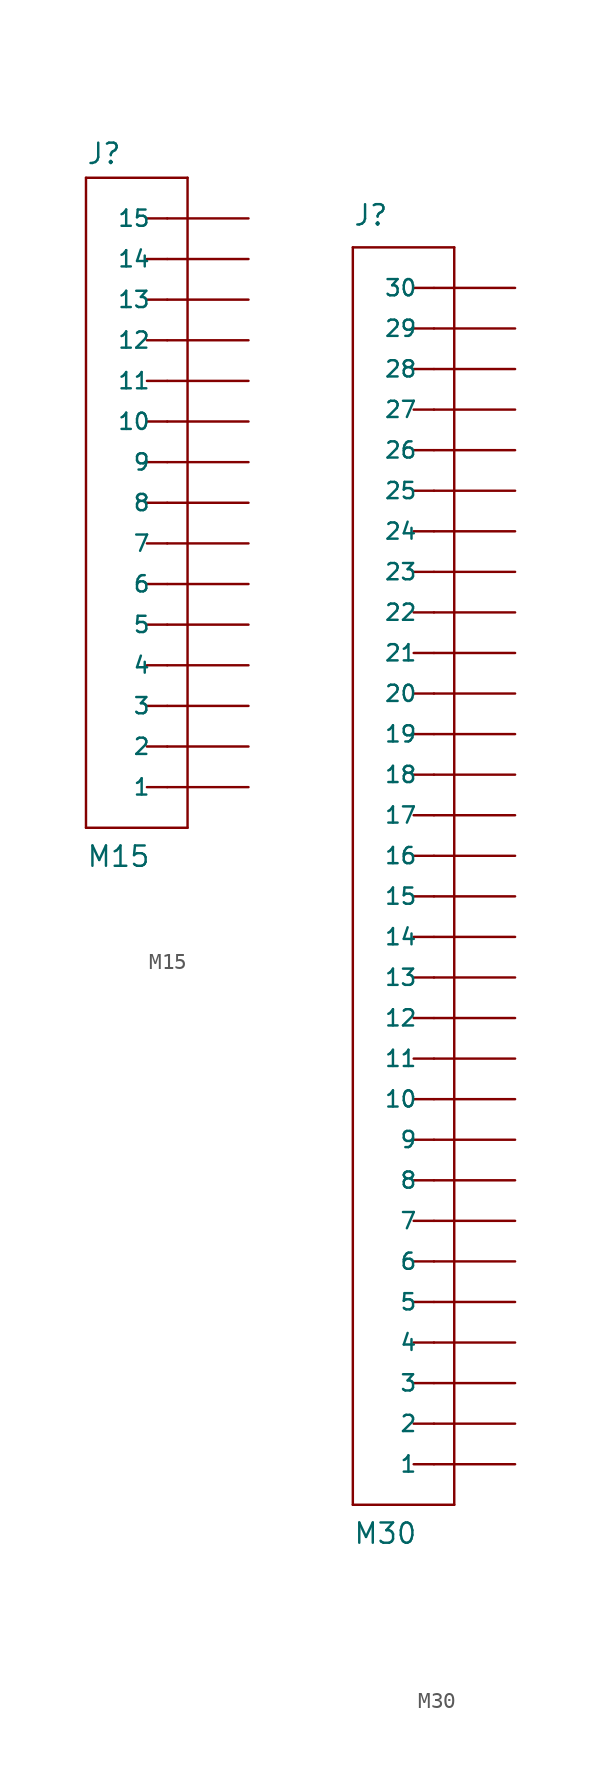
<source format=kicad_sym>
(kicad_symbol_lib
  (version 20211014)
  (generator kicad_symbol_editor)
  (symbol "M15"
    (pin_numbers hide)
    (pin_names
      (offset 1.016))
    (property "Reference" "J"
      (at 0 21.082 0)
      (effects (font (size 1.27 1.27)) (justify left bottom)))
    (property "Value" "M15"
      (at 0 -22.86 0)
      (effects (font (size 1.27 1.27)) (justify left bottom)))
    (property "Datasheet" ""
      (at 0 0 0)
      (effects (font (size 1.524 1.524))))
    (property "ki_locked" ""
      (at 0 0 0)
      (effects (font (size 1.27 1.27))))
    (symbol "M15_1_0"
      (polyline (pts (xy 0 20.32) (xy 0 -20.32)) (stroke (width 0) (type default) (color 0 0 0 0)) (fill (type none)))
      (polyline (pts (xy 0 20.32) (xy 6.35 20.32)) (stroke (width 0) (type default) (color 0 0 0 0)) (fill (type none)))
      (polyline (pts (xy 3.81 -17.78) (xy 5.08 -17.78)) (stroke (width 0) (type default) (color 0 0 0 0)) (fill (type none)))
      (polyline (pts (xy 3.81 -15.24) (xy 5.08 -15.24)) (stroke (width 0) (type default) (color 0 0 0 0)) (fill (type none)))
      (polyline (pts (xy 3.81 -12.7) (xy 5.08 -12.7)) (stroke (width 0) (type default) (color 0 0 0 0)) (fill (type none)))
      (polyline (pts (xy 3.81 -10.16) (xy 5.08 -10.16)) (stroke (width 0) (type default) (color 0 0 0 0)) (fill (type none)))
      (polyline (pts (xy 3.81 -7.62) (xy 5.08 -7.62)) (stroke (width 0) (type default) (color 0 0 0 0)) (fill (type none)))
      (polyline (pts (xy 3.81 -5.08) (xy 5.08 -5.08)) (stroke (width 0) (type default) (color 0 0 0 0)) (fill (type none)))
      (polyline (pts (xy 3.81 -2.54) (xy 5.08 -2.54)) (stroke (width 0) (type default) (color 0 0 0 0)) (fill (type none)))
      (polyline (pts (xy 3.81 0) (xy 5.08 0)) (stroke (width 0) (type default) (color 0 0 0 0)) (fill (type none)))
      (polyline (pts (xy 3.81 2.54) (xy 5.08 2.54)) (stroke (width 0) (type default) (color 0 0 0 0)) (fill (type none)))
      (polyline (pts (xy 3.81 5.08) (xy 5.08 5.08)) (stroke (width 0) (type default) (color 0 0 0 0)) (fill (type none)))
      (polyline (pts (xy 3.81 7.62) (xy 5.08 7.62)) (stroke (width 0) (type default) (color 0 0 0 0)) (fill (type none)))
      (polyline (pts (xy 3.81 10.16) (xy 5.08 10.16)) (stroke (width 0) (type default) (color 0 0 0 0)) (fill (type none)))
      (polyline (pts (xy 3.81 12.7) (xy 5.08 12.7)) (stroke (width 0) (type default) (color 0 0 0 0)) (fill (type none)))
      (polyline (pts (xy 3.81 15.24) (xy 5.08 15.24)) (stroke (width 0) (type default) (color 0 0 0 0)) (fill (type none)))
      (polyline (pts (xy 3.81 17.78) (xy 5.08 17.78)) (stroke (width 0) (type default) (color 0 0 0 0)) (fill (type none)))
      (polyline (pts (xy 6.35 -20.32) (xy 0 -20.32)) (stroke (width 0) (type default) (color 0 0 0 0)) (fill (type none)))
      (polyline (pts (xy 6.35 -20.32) (xy 6.35 20.32)) (stroke (width 0) (type default) (color 0 0 0 0)) (fill (type none))))
    (symbol "M15_1_1"
      (pin passive line (at 10.16 -17.78 180) (length 5.08) (name "1" (effects (font (size 1.016 1.016)))) (number "1" (effects (font (size 1.016 1.016)))))
      (pin passive line (at 10.16 5.08 180) (length 5.08) (name "10" (effects (font (size 1.016 1.016)))) (number "10" (effects (font (size 1.016 1.016)))))
      (pin passive line (at 10.16 7.62 180) (length 5.08) (name "11" (effects (font (size 1.016 1.016)))) (number "11" (effects (font (size 1.016 1.016)))))
      (pin passive line (at 10.16 10.16 180) (length 5.08) (name "12" (effects (font (size 1.016 1.016)))) (number "12" (effects (font (size 1.016 1.016)))))
      (pin passive line (at 10.16 12.7 180) (length 5.08) (name "13" (effects (font (size 1.016 1.016)))) (number "13" (effects (font (size 1.016 1.016)))))
      (pin passive line (at 10.16 15.24 180) (length 5.08) (name "14" (effects (font (size 1.016 1.016)))) (number "14" (effects (font (size 1.016 1.016)))))
      (pin passive line (at 10.16 17.78 180) (length 5.08) (name "15" (effects (font (size 1.016 1.016)))) (number "15" (effects (font (size 1.016 1.016)))))
      (pin passive line (at 10.16 -15.24 180) (length 5.08) (name "2" (effects (font (size 1.016 1.016)))) (number "2" (effects (font (size 1.016 1.016)))))
      (pin passive line (at 10.16 -12.7 180) (length 5.08) (name "3" (effects (font (size 1.016 1.016)))) (number "3" (effects (font (size 1.016 1.016)))))
      (pin passive line (at 10.16 -10.16 180) (length 5.08) (name "4" (effects (font (size 1.016 1.016)))) (number "4" (effects (font (size 1.016 1.016)))))
      (pin passive line (at 10.16 -7.62 180) (length 5.08) (name "5" (effects (font (size 1.016 1.016)))) (number "5" (effects (font (size 1.016 1.016)))))
      (pin passive line (at 10.16 -5.08 180) (length 5.08) (name "6" (effects (font (size 1.016 1.016)))) (number "6" (effects (font (size 1.016 1.016)))))
      (pin passive line (at 10.16 -2.54 180) (length 5.08) (name "7" (effects (font (size 1.016 1.016)))) (number "7" (effects (font (size 1.016 1.016)))))
      (pin passive line (at 10.16 0 180) (length 5.08) (name "8" (effects (font (size 1.016 1.016)))) (number "8" (effects (font (size 1.016 1.016)))))
      (pin passive line (at 10.16 2.54 180) (length 5.08) (name "9" (effects (font (size 1.016 1.016)))) (number "9" (effects (font (size 1.016 1.016)))))))
  (symbol "M30"
    (pin_numbers hide)
    (pin_names
      (offset 1.016))
    (property "Reference" "J"
      (at -2.54 39.37 0)
      (effects (font (size 1.27 1.27)) (justify left bottom)))
    (property "Value" "M30"
      (at -2.54 -43.18 0)
      (effects (font (size 1.27 1.27)) (justify left bottom)))
    (property "Datasheet" ""
      (at 0 0 0)
      (effects (font (size 1.524 1.524))))
    (property "ki_locked" ""
      (at 0 0 0)
      (effects (font (size 1.27 1.27))))
    (symbol "M30_1_0"
      (polyline (pts (xy -2.54 38.1) (xy -2.54 -40.64)) (stroke (width 0) (type default) (color 0 0 0 0)) (fill (type none)))
      (polyline (pts (xy -2.54 38.1) (xy 3.81 38.1)) (stroke (width 0) (type default) (color 0 0 0 0)) (fill (type none)))
      (polyline (pts (xy 1.27 -38.1) (xy 2.54 -38.1)) (stroke (width 0) (type default) (color 0 0 0 0)) (fill (type none)))
      (polyline (pts (xy 1.27 -35.56) (xy 2.54 -35.56)) (stroke (width 0) (type default) (color 0 0 0 0)) (fill (type none)))
      (polyline (pts (xy 1.27 -33.02) (xy 2.54 -33.02)) (stroke (width 0) (type default) (color 0 0 0 0)) (fill (type none)))
      (polyline (pts (xy 1.27 -30.48) (xy 2.54 -30.48)) (stroke (width 0) (type default) (color 0 0 0 0)) (fill (type none)))
      (polyline (pts (xy 1.27 -27.94) (xy 2.54 -27.94)) (stroke (width 0) (type default) (color 0 0 0 0)) (fill (type none)))
      (polyline (pts (xy 1.27 -25.4) (xy 2.54 -25.4)) (stroke (width 0) (type default) (color 0 0 0 0)) (fill (type none)))
      (polyline (pts (xy 1.27 -22.86) (xy 2.54 -22.86)) (stroke (width 0) (type default) (color 0 0 0 0)) (fill (type none)))
      (polyline (pts (xy 1.27 -20.32) (xy 2.54 -20.32)) (stroke (width 0) (type default) (color 0 0 0 0)) (fill (type none)))
      (polyline (pts (xy 1.27 -17.78) (xy 2.54 -17.78)) (stroke (width 0) (type default) (color 0 0 0 0)) (fill (type none)))
      (polyline (pts (xy 1.27 -15.24) (xy 2.54 -15.24)) (stroke (width 0) (type default) (color 0 0 0 0)) (fill (type none)))
      (polyline (pts (xy 1.27 -12.7) (xy 2.54 -12.7)) (stroke (width 0) (type default) (color 0 0 0 0)) (fill (type none)))
      (polyline (pts (xy 1.27 -10.16) (xy 2.54 -10.16)) (stroke (width 0) (type default) (color 0 0 0 0)) (fill (type none)))
      (polyline (pts (xy 1.27 -7.62) (xy 2.54 -7.62)) (stroke (width 0) (type default) (color 0 0 0 0)) (fill (type none)))
      (polyline (pts (xy 1.27 -5.08) (xy 2.54 -5.08)) (stroke (width 0) (type default) (color 0 0 0 0)) (fill (type none)))
      (polyline (pts (xy 1.27 -2.54) (xy 2.54 -2.54)) (stroke (width 0) (type default) (color 0 0 0 0)) (fill (type none)))
      (polyline (pts (xy 1.27 0) (xy 2.54 0)) (stroke (width 0) (type default) (color 0 0 0 0)) (fill (type none)))
      (polyline (pts (xy 1.27 2.54) (xy 2.54 2.54)) (stroke (width 0) (type default) (color 0 0 0 0)) (fill (type none)))
      (polyline (pts (xy 1.27 5.08) (xy 2.54 5.08)) (stroke (width 0) (type default) (color 0 0 0 0)) (fill (type none)))
      (polyline (pts (xy 1.27 7.62) (xy 2.54 7.62)) (stroke (width 0) (type default) (color 0 0 0 0)) (fill (type none)))
      (polyline (pts (xy 1.27 10.16) (xy 2.54 10.16)) (stroke (width 0) (type default) (color 0 0 0 0)) (fill (type none)))
      (polyline (pts (xy 1.27 12.7) (xy 2.54 12.7)) (stroke (width 0) (type default) (color 0 0 0 0)) (fill (type none)))
      (polyline (pts (xy 1.27 15.24) (xy 2.54 15.24)) (stroke (width 0) (type default) (color 0 0 0 0)) (fill (type none)))
      (polyline (pts (xy 1.27 17.78) (xy 2.54 17.78)) (stroke (width 0) (type default) (color 0 0 0 0)) (fill (type none)))
      (polyline (pts (xy 1.27 20.32) (xy 2.54 20.32)) (stroke (width 0) (type default) (color 0 0 0 0)) (fill (type none)))
      (polyline (pts (xy 1.27 22.86) (xy 2.54 22.86)) (stroke (width 0) (type default) (color 0 0 0 0)) (fill (type none)))
      (polyline (pts (xy 1.27 25.4) (xy 2.54 25.4)) (stroke (width 0) (type default) (color 0 0 0 0)) (fill (type none)))
      (polyline (pts (xy 1.27 27.94) (xy 2.54 27.94)) (stroke (width 0) (type default) (color 0 0 0 0)) (fill (type none)))
      (polyline (pts (xy 1.27 30.48) (xy 2.54 30.48)) (stroke (width 0) (type default) (color 0 0 0 0)) (fill (type none)))
      (polyline (pts (xy 1.27 33.02) (xy 2.54 33.02)) (stroke (width 0) (type default) (color 0 0 0 0)) (fill (type none)))
      (polyline (pts (xy 1.27 35.56) (xy 2.54 35.56)) (stroke (width 0) (type default) (color 0 0 0 0)) (fill (type none)))
      (polyline (pts (xy 3.81 -40.64) (xy -2.54 -40.64)) (stroke (width 0) (type default) (color 0 0 0 0)) (fill (type none)))
      (polyline (pts (xy 3.81 -40.64) (xy 3.81 38.1)) (stroke (width 0) (type default) (color 0 0 0 0)) (fill (type none))))
    (symbol "M30_1_1"
      (pin passive line (at 7.62 -38.1 180) (length 5.08) (name "1" (effects (font (size 1.016 1.016)))) (number "1" (effects (font (size 1.016 1.016)))))
      (pin passive line (at 7.62 -15.24 180) (length 5.08) (name "10" (effects (font (size 1.016 1.016)))) (number "10" (effects (font (size 1.016 1.016)))))
      (pin passive line (at 7.62 -12.7 180) (length 5.08) (name "11" (effects (font (size 1.016 1.016)))) (number "11" (effects (font (size 1.016 1.016)))))
      (pin passive line (at 7.62 -10.16 180) (length 5.08) (name "12" (effects (font (size 1.016 1.016)))) (number "12" (effects (font (size 1.016 1.016)))))
      (pin passive line (at 7.62 -7.62 180) (length 5.08) (name "13" (effects (font (size 1.016 1.016)))) (number "13" (effects (font (size 1.016 1.016)))))
      (pin passive line (at 7.62 -5.08 180) (length 5.08) (name "14" (effects (font (size 1.016 1.016)))) (number "14" (effects (font (size 1.016 1.016)))))
      (pin passive line (at 7.62 -2.54 180) (length 5.08) (name "15" (effects (font (size 1.016 1.016)))) (number "15" (effects (font (size 1.016 1.016)))))
      (pin passive line (at 7.62 0 180) (length 5.08) (name "16" (effects (font (size 1.016 1.016)))) (number "16" (effects (font (size 1.016 1.016)))))
      (pin passive line (at 7.62 2.54 180) (length 5.08) (name "17" (effects (font (size 1.016 1.016)))) (number "17" (effects (font (size 1.016 1.016)))))
      (pin passive line (at 7.62 5.08 180) (length 5.08) (name "18" (effects (font (size 1.016 1.016)))) (number "18" (effects (font (size 1.016 1.016)))))
      (pin passive line (at 7.62 7.62 180) (length 5.08) (name "19" (effects (font (size 1.016 1.016)))) (number "19" (effects (font (size 1.016 1.016)))))
      (pin passive line (at 7.62 -35.56 180) (length 5.08) (name "2" (effects (font (size 1.016 1.016)))) (number "2" (effects (font (size 1.016 1.016)))))
      (pin passive line (at 7.62 10.16 180) (length 5.08) (name "20" (effects (font (size 1.016 1.016)))) (number "20" (effects (font (size 1.016 1.016)))))
      (pin passive line (at 7.62 12.7 180) (length 5.08) (name "21" (effects (font (size 1.016 1.016)))) (number "21" (effects (font (size 1.016 1.016)))))
      (pin passive line (at 7.62 15.24 180) (length 5.08) (name "22" (effects (font (size 1.016 1.016)))) (number "22" (effects (font (size 1.016 1.016)))))
      (pin passive line (at 7.62 17.78 180) (length 5.08) (name "23" (effects (font (size 1.016 1.016)))) (number "23" (effects (font (size 1.016 1.016)))))
      (pin passive line (at 7.62 20.32 180) (length 5.08) (name "24" (effects (font (size 1.016 1.016)))) (number "24" (effects (font (size 1.016 1.016)))))
      (pin passive line (at 7.62 22.86 180) (length 5.08) (name "25" (effects (font (size 1.016 1.016)))) (number "25" (effects (font (size 1.016 1.016)))))
      (pin passive line (at 7.62 25.4 180) (length 5.08) (name "26" (effects (font (size 1.016 1.016)))) (number "26" (effects (font (size 1.016 1.016)))))
      (pin passive line (at 7.62 27.94 180) (length 5.08) (name "27" (effects (font (size 1.016 1.016)))) (number "27" (effects (font (size 1.016 1.016)))))
      (pin passive line (at 7.62 30.48 180) (length 5.08) (name "28" (effects (font (size 1.016 1.016)))) (number "28" (effects (font (size 1.016 1.016)))))
      (pin passive line (at 7.62 33.02 180) (length 5.08) (name "29" (effects (font (size 1.016 1.016)))) (number "29" (effects (font (size 1.016 1.016)))))
      (pin passive line (at 7.62 -33.02 180) (length 5.08) (name "3" (effects (font (size 1.016 1.016)))) (number "3" (effects (font (size 1.016 1.016)))))
      (pin passive line (at 7.62 35.56 180) (length 5.08) (name "30" (effects (font (size 1.016 1.016)))) (number "30" (effects (font (size 1.016 1.016)))))
      (pin passive line (at 7.62 -30.48 180) (length 5.08) (name "4" (effects (font (size 1.016 1.016)))) (number "4" (effects (font (size 1.016 1.016)))))
      (pin passive line (at 7.62 -27.94 180) (length 5.08) (name "5" (effects (font (size 1.016 1.016)))) (number "5" (effects (font (size 1.016 1.016)))))
      (pin passive line (at 7.62 -25.4 180) (length 5.08) (name "6" (effects (font (size 1.016 1.016)))) (number "6" (effects (font (size 1.016 1.016)))))
      (pin passive line (at 7.62 -22.86 180) (length 5.08) (name "7" (effects (font (size 1.016 1.016)))) (number "7" (effects (font (size 1.016 1.016)))))
      (pin passive line (at 7.62 -20.32 180) (length 5.08) (name "8" (effects (font (size 1.016 1.016)))) (number "8" (effects (font (size 1.016 1.016)))))
      (pin passive line (at 7.62 -17.78 180) (length 5.08) (name "9" (effects (font (size 1.016 1.016)))) (number "9" (effects (font (size 1.016 1.016))))))))
</source>
